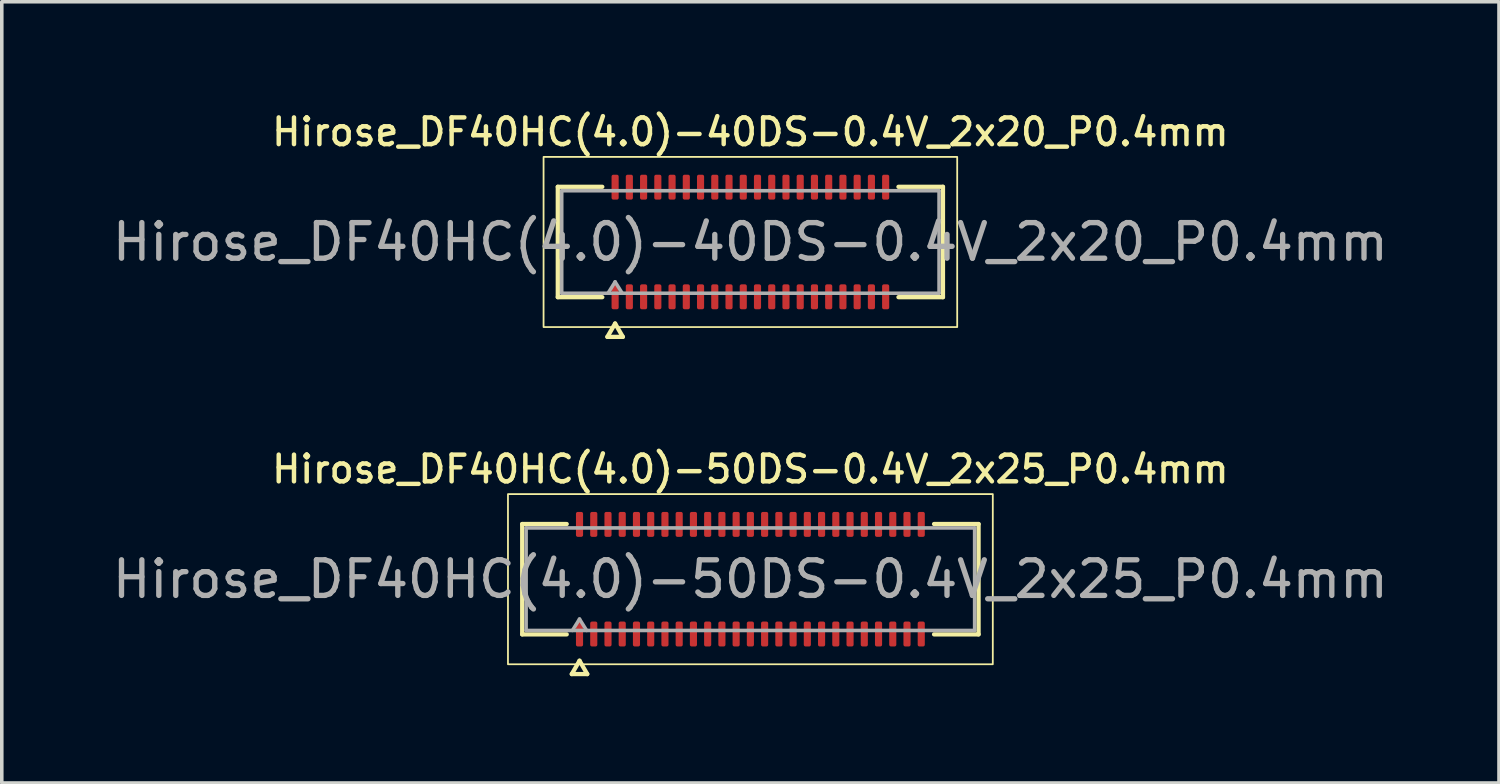
<source format=kicad_pcb>
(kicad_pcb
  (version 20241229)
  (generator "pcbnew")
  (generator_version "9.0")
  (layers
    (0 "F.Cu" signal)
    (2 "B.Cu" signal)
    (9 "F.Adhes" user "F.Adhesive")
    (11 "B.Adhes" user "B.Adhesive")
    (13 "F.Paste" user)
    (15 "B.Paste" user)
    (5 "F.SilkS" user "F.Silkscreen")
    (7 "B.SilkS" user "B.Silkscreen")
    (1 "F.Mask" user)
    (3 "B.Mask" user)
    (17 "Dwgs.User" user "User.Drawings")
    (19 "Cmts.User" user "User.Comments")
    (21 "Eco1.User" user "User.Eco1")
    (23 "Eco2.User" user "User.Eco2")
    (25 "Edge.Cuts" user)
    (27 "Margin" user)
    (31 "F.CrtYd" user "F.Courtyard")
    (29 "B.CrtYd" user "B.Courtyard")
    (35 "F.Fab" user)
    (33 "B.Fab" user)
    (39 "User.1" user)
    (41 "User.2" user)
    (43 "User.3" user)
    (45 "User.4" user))
  (footprint "Hirose_DF40HC(4.0)-40DS-0.4V_2x20_P0.4mm"
    (layer "F.Cu")
    (at 18.03 3.748)
    (property "Reference" "Hirose_DF40HC(4.0)-40DS-0.4V_2x20_P0.4mm" (at 0 -3.09 0) (layer "F.SilkS") (effects (font (size 0.75 0.75) (thickness 0.125))))
    (attr smd)
    (fp_line (start -5.41 -1.55) (end -4.16 -1.55) (stroke (width 0.12) (type solid)) (layer "F.SilkS"))
    (fp_line (start -5.41 1.55) (end -5.41 -1.55) (stroke (width 0.12) (type solid)) (layer "F.SilkS"))
    (fp_line (start -4.16 1.55) (end -5.41 1.55) (stroke (width 0.12) (type solid)) (layer "F.SilkS"))
    (fp_line (start -4.017 2.665) (end -3.8 2.29) (stroke (width 0.12) (type solid)) (layer "F.SilkS"))
    (fp_line (start -3.8 2.29) (end -3.583 2.665) (stroke (width 0.12) (type solid)) (layer "F.SilkS"))
    (fp_line (start -3.583 2.665) (end -4.017 2.665) (stroke (width 0.12) (type solid)) (layer "F.SilkS"))
    (fp_line (start 4.16 -1.55) (end 5.41 -1.55) (stroke (width 0.12) (type solid)) (layer "F.SilkS"))
    (fp_line (start 5.41 -1.55) (end 5.41 1.55) (stroke (width 0.12) (type solid)) (layer "F.SilkS"))
    (fp_line (start 5.41 1.55) (end 4.16 1.55) (stroke (width 0.12) (type solid)) (layer "F.SilkS"))
    (fp_rect (start -5.81 -2.39) (end 5.81 2.39) (stroke (width 0.05) (type solid)) (fill no) (layer "F.SilkS"))
    (fp_line (start -5.3 -1.44) (end 5.3 -1.44) (stroke (width 0.1) (type solid)) (layer "F.Fab"))
    (fp_line (start -5.3 1.44) (end -5.3 -1.44) (stroke (width 0.1) (type solid)) (layer "F.Fab"))
    (fp_line (start -4 1.44) (end -3.8 1.12) (stroke (width 0.1) (type solid)) (layer "F.Fab"))
    (fp_line (start -3.8 1.12) (end -3.6 1.44) (stroke (width 0.1) (type solid)) (layer "F.Fab"))
    (fp_line (start 5.3 -1.44) (end 5.3 1.44) (stroke (width 0.1) (type solid)) (layer "F.Fab"))
    (fp_line (start 5.3 1.44) (end -5.3 1.44) (stroke (width 0.1) (type solid)) (layer "F.Fab"))
    (fp_text user "${REFERENCE}" (at 0 0 0) (layer "F.Fab") (effects (font (size 1 1) (thickness 0.15))))
    (pad "1" smd roundrect (at -3.8 1.54) (size 0.2 0.7) (layers "F.Cu" "F.Mask" "F.Paste") (roundrect_rratio 0.25))
    (pad "2" smd roundrect (at -3.8 -1.54) (size 0.2 0.7) (layers "F.Cu" "F.Mask" "F.Paste") (roundrect_rratio 0.25))
    (pad "3" smd roundrect (at -3.4 1.54) (size 0.2 0.7) (layers "F.Cu" "F.Mask" "F.Paste") (roundrect_rratio 0.25))
    (pad "4" smd roundrect (at -3.4 -1.54) (size 0.2 0.7) (layers "F.Cu" "F.Mask" "F.Paste") (roundrect_rratio 0.25))
    (pad "5" smd roundrect (at -3 1.54) (size 0.2 0.7) (layers "F.Cu" "F.Mask" "F.Paste") (roundrect_rratio 0.25))
    (pad "6" smd roundrect (at -3 -1.54) (size 0.2 0.7) (layers "F.Cu" "F.Mask" "F.Paste") (roundrect_rratio 0.25))
    (pad "7" smd roundrect (at -2.6 1.54) (size 0.2 0.7) (layers "F.Cu" "F.Mask" "F.Paste") (roundrect_rratio 0.25))
    (pad "8" smd roundrect (at -2.6 -1.54) (size 0.2 0.7) (layers "F.Cu" "F.Mask" "F.Paste") (roundrect_rratio 0.25))
    (pad "9" smd roundrect (at -2.2 1.54) (size 0.2 0.7) (layers "F.Cu" "F.Mask" "F.Paste") (roundrect_rratio 0.25))
    (pad "10" smd roundrect (at -2.2 -1.54) (size 0.2 0.7) (layers "F.Cu" "F.Mask" "F.Paste") (roundrect_rratio 0.25))
    (pad "11" smd roundrect (at -1.8 1.54) (size 0.2 0.7) (layers "F.Cu" "F.Mask" "F.Paste") (roundrect_rratio 0.25))
    (pad "12" smd roundrect (at -1.8 -1.54) (size 0.2 0.7) (layers "F.Cu" "F.Mask" "F.Paste") (roundrect_rratio 0.25))
    (pad "13" smd roundrect (at -1.4 1.54) (size 0.2 0.7) (layers "F.Cu" "F.Mask" "F.Paste") (roundrect_rratio 0.25))
    (pad "14" smd roundrect (at -1.4 -1.54) (size 0.2 0.7) (layers "F.Cu" "F.Mask" "F.Paste") (roundrect_rratio 0.25))
    (pad "15" smd roundrect (at -1 1.54) (size 0.2 0.7) (layers "F.Cu" "F.Mask" "F.Paste") (roundrect_rratio 0.25))
    (pad "16" smd roundrect (at -1 -1.54) (size 0.2 0.7) (layers "F.Cu" "F.Mask" "F.Paste") (roundrect_rratio 0.25))
    (pad "17" smd roundrect (at -0.6 1.54) (size 0.2 0.7) (layers "F.Cu" "F.Mask" "F.Paste") (roundrect_rratio 0.25))
    (pad "18" smd roundrect (at -0.6 -1.54) (size 0.2 0.7) (layers "F.Cu" "F.Mask" "F.Paste") (roundrect_rratio 0.25))
    (pad "19" smd roundrect (at -0.2 1.54) (size 0.2 0.7) (layers "F.Cu" "F.Mask" "F.Paste") (roundrect_rratio 0.25))
    (pad "20" smd roundrect (at -0.2 -1.54) (size 0.2 0.7) (layers "F.Cu" "F.Mask" "F.Paste") (roundrect_rratio 0.25))
    (pad "21" smd roundrect (at 0.2 1.54) (size 0.2 0.7) (layers "F.Cu" "F.Mask" "F.Paste") (roundrect_rratio 0.25))
    (pad "22" smd roundrect (at 0.2 -1.54) (size 0.2 0.7) (layers "F.Cu" "F.Mask" "F.Paste") (roundrect_rratio 0.25))
    (pad "23" smd roundrect (at 0.6 1.54) (size 0.2 0.7) (layers "F.Cu" "F.Mask" "F.Paste") (roundrect_rratio 0.25))
    (pad "24" smd roundrect (at 0.6 -1.54) (size 0.2 0.7) (layers "F.Cu" "F.Mask" "F.Paste") (roundrect_rratio 0.25))
    (pad "25" smd roundrect (at 1 1.54) (size 0.2 0.7) (layers "F.Cu" "F.Mask" "F.Paste") (roundrect_rratio 0.25))
    (pad "26" smd roundrect (at 1 -1.54) (size 0.2 0.7) (layers "F.Cu" "F.Mask" "F.Paste") (roundrect_rratio 0.25))
    (pad "27" smd roundrect (at 1.4 1.54) (size 0.2 0.7) (layers "F.Cu" "F.Mask" "F.Paste") (roundrect_rratio 0.25))
    (pad "28" smd roundrect (at 1.4 -1.54) (size 0.2 0.7) (layers "F.Cu" "F.Mask" "F.Paste") (roundrect_rratio 0.25))
    (pad "29" smd roundrect (at 1.8 1.54) (size 0.2 0.7) (layers "F.Cu" "F.Mask" "F.Paste") (roundrect_rratio 0.25))
    (pad "30" smd roundrect (at 1.8 -1.54) (size 0.2 0.7) (layers "F.Cu" "F.Mask" "F.Paste") (roundrect_rratio 0.25))
    (pad "31" smd roundrect (at 2.2 1.54) (size 0.2 0.7) (layers "F.Cu" "F.Mask" "F.Paste") (roundrect_rratio 0.25))
    (pad "32" smd roundrect (at 2.2 -1.54) (size 0.2 0.7) (layers "F.Cu" "F.Mask" "F.Paste") (roundrect_rratio 0.25))
    (pad "33" smd roundrect (at 2.6 1.54) (size 0.2 0.7) (layers "F.Cu" "F.Mask" "F.Paste") (roundrect_rratio 0.25))
    (pad "34" smd roundrect (at 2.6 -1.54) (size 0.2 0.7) (layers "F.Cu" "F.Mask" "F.Paste") (roundrect_rratio 0.25))
    (pad "35" smd roundrect (at 3 1.54) (size 0.2 0.7) (layers "F.Cu" "F.Mask" "F.Paste") (roundrect_rratio 0.25))
    (pad "36" smd roundrect (at 3 -1.54) (size 0.2 0.7) (layers "F.Cu" "F.Mask" "F.Paste") (roundrect_rratio 0.25))
    (pad "37" smd roundrect (at 3.4 1.54) (size 0.2 0.7) (layers "F.Cu" "F.Mask" "F.Paste") (roundrect_rratio 0.25))
    (pad "38" smd roundrect (at 3.4 -1.54) (size 0.2 0.7) (layers "F.Cu" "F.Mask" "F.Paste") (roundrect_rratio 0.25))
    (pad "39" smd roundrect (at 3.8 1.54) (size 0.2 0.7) (layers "F.Cu" "F.Mask" "F.Paste") (roundrect_rratio 0.25))
    (pad "40" smd roundrect (at 3.8 -1.54) (size 0.2 0.7) (layers "F.Cu" "F.Mask" "F.Paste") (roundrect_rratio 0.25)))
  (footprint "Hirose_DF40HC(4.0)-50DS-0.4V_2x25_P0.4mm"
    (layer "F.Cu")
    (at 18.03 13.221)
    (property "Reference" "Hirose_DF40HC(4.0)-50DS-0.4V_2x25_P0.4mm" (at 0 -3.09 0) (layer "F.SilkS") (effects (font (size 0.75 0.75) (thickness 0.125))))
    (attr smd)
    (fp_line (start -6.41 -1.55) (end -5.16 -1.55) (stroke (width 0.12) (type solid)) (layer "F.SilkS"))
    (fp_line (start -6.41 1.55) (end -6.41 -1.55) (stroke (width 0.12) (type solid)) (layer "F.SilkS"))
    (fp_line (start -5.16 1.55) (end -6.41 1.55) (stroke (width 0.12) (type solid)) (layer "F.SilkS"))
    (fp_line (start -5.017 2.665) (end -4.8 2.29) (stroke (width 0.12) (type solid)) (layer "F.SilkS"))
    (fp_line (start -4.8 2.29) (end -4.583 2.665) (stroke (width 0.12) (type solid)) (layer "F.SilkS"))
    (fp_line (start -4.583 2.665) (end -5.017 2.665) (stroke (width 0.12) (type solid)) (layer "F.SilkS"))
    (fp_line (start 5.16 -1.55) (end 6.41 -1.55) (stroke (width 0.12) (type solid)) (layer "F.SilkS"))
    (fp_line (start 6.41 -1.55) (end 6.41 1.55) (stroke (width 0.12) (type solid)) (layer "F.SilkS"))
    (fp_line (start 6.41 1.55) (end 5.16 1.55) (stroke (width 0.12) (type solid)) (layer "F.SilkS"))
    (fp_rect (start -6.81 -2.39) (end 6.81 2.39) (stroke (width 0.05) (type solid)) (fill no) (layer "F.SilkS"))
    (fp_line (start -6.3 -1.44) (end 6.3 -1.44) (stroke (width 0.1) (type solid)) (layer "F.Fab"))
    (fp_line (start -6.3 1.44) (end -6.3 -1.44) (stroke (width 0.1) (type solid)) (layer "F.Fab"))
    (fp_line (start -5 1.44) (end -4.8 1.12) (stroke (width 0.1) (type solid)) (layer "F.Fab"))
    (fp_line (start -4.8 1.12) (end -4.6 1.44) (stroke (width 0.1) (type solid)) (layer "F.Fab"))
    (fp_line (start 6.3 -1.44) (end 6.3 1.44) (stroke (width 0.1) (type solid)) (layer "F.Fab"))
    (fp_line (start 6.3 1.44) (end -6.3 1.44) (stroke (width 0.1) (type solid)) (layer "F.Fab"))
    (fp_text user "${REFERENCE}" (at 0 0 0) (layer "F.Fab") (effects (font (size 1 1) (thickness 0.15))))
    (pad "1" smd roundrect (at -4.8 1.54) (size 0.2 0.7) (layers "F.Cu" "F.Mask" "F.Paste") (roundrect_rratio 0.25))
    (pad "2" smd roundrect (at -4.8 -1.54) (size 0.2 0.7) (layers "F.Cu" "F.Mask" "F.Paste") (roundrect_rratio 0.25))
    (pad "3" smd roundrect (at -4.4 1.54) (size 0.2 0.7) (layers "F.Cu" "F.Mask" "F.Paste") (roundrect_rratio 0.25))
    (pad "4" smd roundrect (at -4.4 -1.54) (size 0.2 0.7) (layers "F.Cu" "F.Mask" "F.Paste") (roundrect_rratio 0.25))
    (pad "5" smd roundrect (at -4 1.54) (size 0.2 0.7) (layers "F.Cu" "F.Mask" "F.Paste") (roundrect_rratio 0.25))
    (pad "6" smd roundrect (at -4 -1.54) (size 0.2 0.7) (layers "F.Cu" "F.Mask" "F.Paste") (roundrect_rratio 0.25))
    (pad "7" smd roundrect (at -3.6 1.54) (size 0.2 0.7) (layers "F.Cu" "F.Mask" "F.Paste") (roundrect_rratio 0.25))
    (pad "8" smd roundrect (at -3.6 -1.54) (size 0.2 0.7) (layers "F.Cu" "F.Mask" "F.Paste") (roundrect_rratio 0.25))
    (pad "9" smd roundrect (at -3.2 1.54) (size 0.2 0.7) (layers "F.Cu" "F.Mask" "F.Paste") (roundrect_rratio 0.25))
    (pad "10" smd roundrect (at -3.2 -1.54) (size 0.2 0.7) (layers "F.Cu" "F.Mask" "F.Paste") (roundrect_rratio 0.25))
    (pad "11" smd roundrect (at -2.8 1.54) (size 0.2 0.7) (layers "F.Cu" "F.Mask" "F.Paste") (roundrect_rratio 0.25))
    (pad "12" smd roundrect (at -2.8 -1.54) (size 0.2 0.7) (layers "F.Cu" "F.Mask" "F.Paste") (roundrect_rratio 0.25))
    (pad "13" smd roundrect (at -2.4 1.54) (size 0.2 0.7) (layers "F.Cu" "F.Mask" "F.Paste") (roundrect_rratio 0.25))
    (pad "14" smd roundrect (at -2.4 -1.54) (size 0.2 0.7) (layers "F.Cu" "F.Mask" "F.Paste") (roundrect_rratio 0.25))
    (pad "15" smd roundrect (at -2 1.54) (size 0.2 0.7) (layers "F.Cu" "F.Mask" "F.Paste") (roundrect_rratio 0.25))
    (pad "16" smd roundrect (at -2 -1.54) (size 0.2 0.7) (layers "F.Cu" "F.Mask" "F.Paste") (roundrect_rratio 0.25))
    (pad "17" smd roundrect (at -1.6 1.54) (size 0.2 0.7) (layers "F.Cu" "F.Mask" "F.Paste") (roundrect_rratio 0.25))
    (pad "18" smd roundrect (at -1.6 -1.54) (size 0.2 0.7) (layers "F.Cu" "F.Mask" "F.Paste") (roundrect_rratio 0.25))
    (pad "19" smd roundrect (at -1.2 1.54) (size 0.2 0.7) (layers "F.Cu" "F.Mask" "F.Paste") (roundrect_rratio 0.25))
    (pad "20" smd roundrect (at -1.2 -1.54) (size 0.2 0.7) (layers "F.Cu" "F.Mask" "F.Paste") (roundrect_rratio 0.25))
    (pad "21" smd roundrect (at -0.8 1.54) (size 0.2 0.7) (layers "F.Cu" "F.Mask" "F.Paste") (roundrect_rratio 0.25))
    (pad "22" smd roundrect (at -0.8 -1.54) (size 0.2 0.7) (layers "F.Cu" "F.Mask" "F.Paste") (roundrect_rratio 0.25))
    (pad "23" smd roundrect (at -0.4 1.54) (size 0.2 0.7) (layers "F.Cu" "F.Mask" "F.Paste") (roundrect_rratio 0.25))
    (pad "24" smd roundrect (at -0.4 -1.54) (size 0.2 0.7) (layers "F.Cu" "F.Mask" "F.Paste") (roundrect_rratio 0.25))
    (pad "25" smd roundrect (at 0 1.54) (size 0.2 0.7) (layers "F.Cu" "F.Mask" "F.Paste") (roundrect_rratio 0.25))
    (pad "26" smd roundrect (at 0 -1.54) (size 0.2 0.7) (layers "F.Cu" "F.Mask" "F.Paste") (roundrect_rratio 0.25))
    (pad "27" smd roundrect (at 0.4 1.54) (size 0.2 0.7) (layers "F.Cu" "F.Mask" "F.Paste") (roundrect_rratio 0.25))
    (pad "28" smd roundrect (at 0.4 -1.54) (size 0.2 0.7) (layers "F.Cu" "F.Mask" "F.Paste") (roundrect_rratio 0.25))
    (pad "29" smd roundrect (at 0.8 1.54) (size 0.2 0.7) (layers "F.Cu" "F.Mask" "F.Paste") (roundrect_rratio 0.25))
    (pad "30" smd roundrect (at 0.8 -1.54) (size 0.2 0.7) (layers "F.Cu" "F.Mask" "F.Paste") (roundrect_rratio 0.25))
    (pad "31" smd roundrect (at 1.2 1.54) (size 0.2 0.7) (layers "F.Cu" "F.Mask" "F.Paste") (roundrect_rratio 0.25))
    (pad "32" smd roundrect (at 1.2 -1.54) (size 0.2 0.7) (layers "F.Cu" "F.Mask" "F.Paste") (roundrect_rratio 0.25))
    (pad "33" smd roundrect (at 1.6 1.54) (size 0.2 0.7) (layers "F.Cu" "F.Mask" "F.Paste") (roundrect_rratio 0.25))
    (pad "34" smd roundrect (at 1.6 -1.54) (size 0.2 0.7) (layers "F.Cu" "F.Mask" "F.Paste") (roundrect_rratio 0.25))
    (pad "35" smd roundrect (at 2 1.54) (size 0.2 0.7) (layers "F.Cu" "F.Mask" "F.Paste") (roundrect_rratio 0.25))
    (pad "36" smd roundrect (at 2 -1.54) (size 0.2 0.7) (layers "F.Cu" "F.Mask" "F.Paste") (roundrect_rratio 0.25))
    (pad "37" smd roundrect (at 2.4 1.54) (size 0.2 0.7) (layers "F.Cu" "F.Mask" "F.Paste") (roundrect_rratio 0.25))
    (pad "38" smd roundrect (at 2.4 -1.54) (size 0.2 0.7) (layers "F.Cu" "F.Mask" "F.Paste") (roundrect_rratio 0.25))
    (pad "39" smd roundrect (at 2.8 1.54) (size 0.2 0.7) (layers "F.Cu" "F.Mask" "F.Paste") (roundrect_rratio 0.25))
    (pad "40" smd roundrect (at 2.8 -1.54) (size 0.2 0.7) (layers "F.Cu" "F.Mask" "F.Paste") (roundrect_rratio 0.25))
    (pad "41" smd roundrect (at 3.2 1.54) (size 0.2 0.7) (layers "F.Cu" "F.Mask" "F.Paste") (roundrect_rratio 0.25))
    (pad "42" smd roundrect (at 3.2 -1.54) (size 0.2 0.7) (layers "F.Cu" "F.Mask" "F.Paste") (roundrect_rratio 0.25))
    (pad "43" smd roundrect (at 3.6 1.54) (size 0.2 0.7) (layers "F.Cu" "F.Mask" "F.Paste") (roundrect_rratio 0.25))
    (pad "44" smd roundrect (at 3.6 -1.54) (size 0.2 0.7) (layers "F.Cu" "F.Mask" "F.Paste") (roundrect_rratio 0.25))
    (pad "45" smd roundrect (at 4 1.54) (size 0.2 0.7) (layers "F.Cu" "F.Mask" "F.Paste") (roundrect_rratio 0.25))
    (pad "46" smd roundrect (at 4 -1.54) (size 0.2 0.7) (layers "F.Cu" "F.Mask" "F.Paste") (roundrect_rratio 0.25))
    (pad "47" smd roundrect (at 4.4 1.54) (size 0.2 0.7) (layers "F.Cu" "F.Mask" "F.Paste") (roundrect_rratio 0.25))
    (pad "48" smd roundrect (at 4.4 -1.54) (size 0.2 0.7) (layers "F.Cu" "F.Mask" "F.Paste") (roundrect_rratio 0.25))
    (pad "49" smd roundrect (at 4.8 1.54) (size 0.2 0.7) (layers "F.Cu" "F.Mask" "F.Paste") (roundrect_rratio 0.25))
    (pad "50" smd roundrect (at 4.8 -1.54) (size 0.2 0.7) (layers "F.Cu" "F.Mask" "F.Paste") (roundrect_rratio 0.25)))
  (gr_rect
    (start -3 -3)
    (end 39.06 18.946)
    (stroke (width 0.1) (type default))
    (fill no)
    (layer "Edge.Cuts")))
</source>
